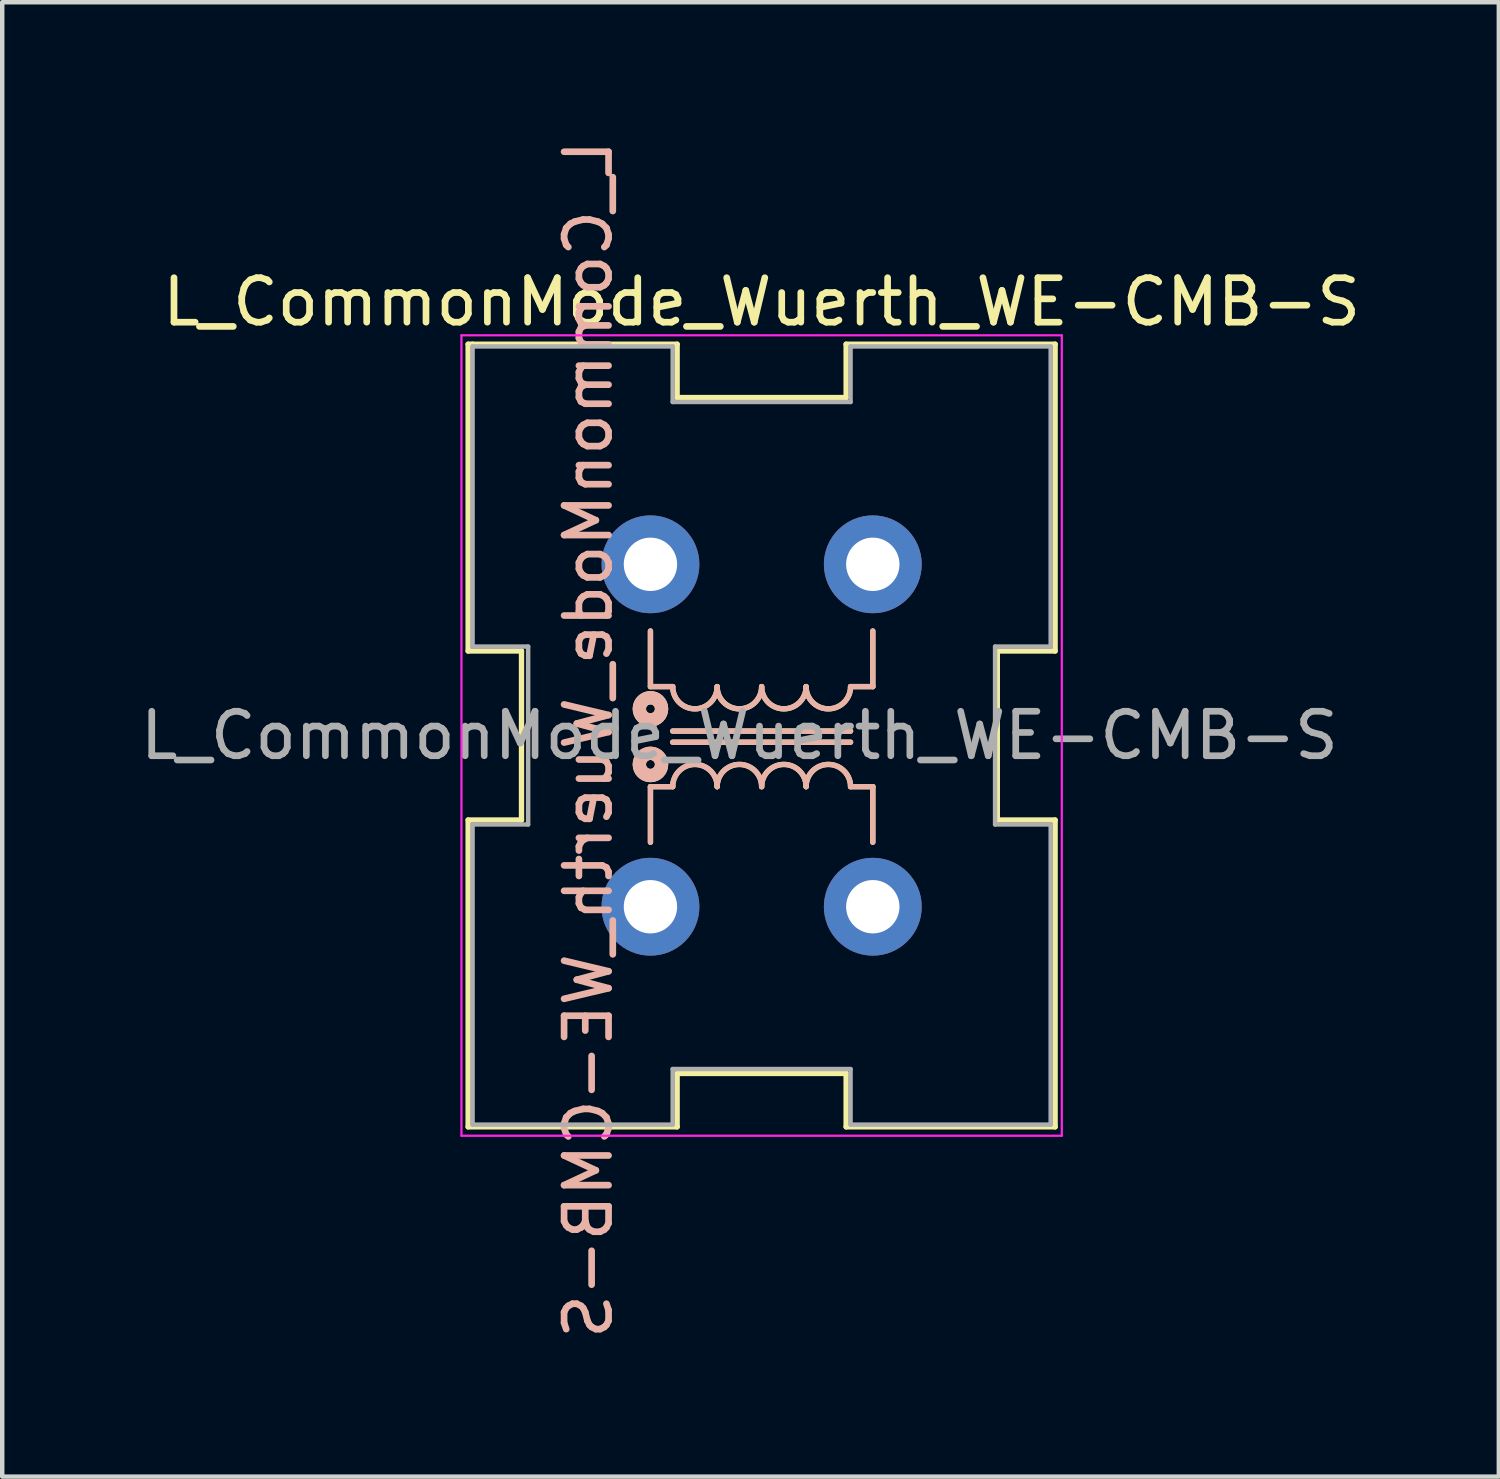
<source format=kicad_pcb>
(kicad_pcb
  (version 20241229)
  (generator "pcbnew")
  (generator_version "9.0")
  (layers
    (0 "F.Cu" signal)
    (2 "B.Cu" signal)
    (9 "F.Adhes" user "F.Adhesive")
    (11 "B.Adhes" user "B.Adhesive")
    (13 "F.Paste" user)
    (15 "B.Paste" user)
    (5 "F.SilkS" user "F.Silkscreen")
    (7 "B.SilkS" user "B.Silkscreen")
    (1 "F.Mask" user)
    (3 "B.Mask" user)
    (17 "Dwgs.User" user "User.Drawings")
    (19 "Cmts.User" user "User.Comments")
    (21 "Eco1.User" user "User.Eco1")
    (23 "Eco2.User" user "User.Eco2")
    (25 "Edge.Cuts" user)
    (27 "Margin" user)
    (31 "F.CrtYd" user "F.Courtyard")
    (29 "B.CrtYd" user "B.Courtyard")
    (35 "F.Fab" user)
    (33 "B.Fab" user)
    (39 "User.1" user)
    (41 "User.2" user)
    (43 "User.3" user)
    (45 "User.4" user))
  (footprint "L_CommonMode_Wuerth_WE-CMB-S"
    (layer "F.Cu")
    (at 11.577 9.64)
    (property "Reference" "L_CommonMode_Wuerth_WE-CMB-S" (at 2.5 -5.9 0) (layer "F.SilkS") (effects (font (size 1 1) (thickness 0.15))))
    (fp_line (start -4.1 -4.95) (end -4 -4.95) (stroke (width 0.12) (type solid)) (layer "F.SilkS"))
    (fp_line (start -4.1 1.95) (end -4.1 -4.95) (stroke (width 0.12) (type solid)) (layer "F.SilkS"))
    (fp_line (start -4.1 5.75) (end -2.9 5.75) (stroke (width 0.12) (type solid)) (layer "F.SilkS"))
    (fp_line (start -4.1 12.65) (end -4.1 5.75) (stroke (width 0.12) (type solid)) (layer "F.SilkS"))
    (fp_line (start -4 -4.95) (end 0.6 -4.95) (stroke (width 0.12) (type solid)) (layer "F.SilkS"))
    (fp_line (start -2.9 1.95) (end -4.1 1.95) (stroke (width 0.12) (type solid)) (layer "F.SilkS"))
    (fp_line (start -2.9 5.75) (end -2.9 1.95) (stroke (width 0.12) (type solid)) (layer "F.SilkS"))
    (fp_line (start 0 2.75) (end 0 1.5) (stroke (width 0.12) (type solid)) (layer "F.SilkS"))
    (fp_line (start 0 5) (end 0 6.25) (stroke (width 0.12) (type solid)) (layer "F.SilkS"))
    (fp_line (start 0.5 2.75) (end 0 2.75) (stroke (width 0.12) (type solid)) (layer "F.SilkS"))
    (fp_line (start 0.5 5) (end 0 5) (stroke (width 0.12) (type solid)) (layer "F.SilkS"))
    (fp_line (start 0.6 -4.95) (end 0.6 -3.75) (stroke (width 0.12) (type solid)) (layer "F.SilkS"))
    (fp_line (start 0.6 -3.75) (end 4.4 -3.75) (stroke (width 0.12) (type solid)) (layer "F.SilkS"))
    (fp_line (start 0.6 11.45) (end 0.6 12.65) (stroke (width 0.12) (type solid)) (layer "F.SilkS"))
    (fp_line (start 0.6 12.65) (end -4.1 12.65) (stroke (width 0.12) (type solid)) (layer "F.SilkS"))
    (fp_line (start 4.4 -4.95) (end 9.1 -4.95) (stroke (width 0.12) (type solid)) (layer "F.SilkS"))
    (fp_line (start 4.4 -3.75) (end 4.4 -4.95) (stroke (width 0.12) (type solid)) (layer "F.SilkS"))
    (fp_line (start 4.4 11.45) (end 0.6 11.45) (stroke (width 0.12) (type solid)) (layer "F.SilkS"))
    (fp_line (start 4.4 12.65) (end 4.4 11.45) (stroke (width 0.12) (type solid)) (layer "F.SilkS"))
    (fp_line (start 4.5 2.75) (end 5 2.75) (stroke (width 0.12) (type solid)) (layer "F.SilkS"))
    (fp_line (start 4.5 3.75) (end 0.5 3.75) (stroke (width 0.12) (type solid)) (layer "F.SilkS"))
    (fp_line (start 4.5 4) (end 0.5 4) (stroke (width 0.12) (type solid)) (layer "F.SilkS"))
    (fp_line (start 4.5 5) (end 5 5) (stroke (width 0.12) (type solid)) (layer "F.SilkS"))
    (fp_line (start 5 2.75) (end 5 1.5) (stroke (width 0.12) (type solid)) (layer "F.SilkS"))
    (fp_line (start 5 5) (end 5 6.25) (stroke (width 0.12) (type solid)) (layer "F.SilkS"))
    (fp_line (start 7.8 1.95) (end 7.8 5.75) (stroke (width 0.12) (type solid)) (layer "F.SilkS"))
    (fp_line (start 7.8 5.75) (end 9.1 5.75) (stroke (width 0.12) (type solid)) (layer "F.SilkS"))
    (fp_line (start 9.1 -4.95) (end 9.1 1.95) (stroke (width 0.12) (type solid)) (layer "F.SilkS"))
    (fp_line (start 9.1 1.95) (end 7.8 1.95) (stroke (width 0.12) (type solid)) (layer "F.SilkS"))
    (fp_line (start 9.1 5.75) (end 9.1 12.65) (stroke (width 0.12) (type solid)) (layer "F.SilkS"))
    (fp_line (start 9.1 12.65) (end 4.4 12.65) (stroke (width 0.12) (type solid)) (layer "F.SilkS"))
    (fp_arc (start 0.5 5) (mid 1 4.5) (end 1.5 5) (stroke (width 0.12) (type solid)) (layer "F.SilkS"))
    (fp_arc (start 1.5 2.75) (mid 1 3.25) (end 0.5 2.75) (stroke (width 0.12) (type solid)) (layer "F.SilkS"))
    (fp_arc (start 1.5 5) (mid 2 4.5) (end 2.5 5) (stroke (width 0.12) (type solid)) (layer "F.SilkS"))
    (fp_arc (start 2.5 2.75) (mid 2 3.25) (end 1.5 2.75) (stroke (width 0.12) (type solid)) (layer "F.SilkS"))
    (fp_arc (start 2.5 5) (mid 3 4.5) (end 3.5 5) (stroke (width 0.12) (type solid)) (layer "F.SilkS"))
    (fp_arc (start 3.5 2.75) (mid 3 3.25) (end 2.5 2.75) (stroke (width 0.12) (type solid)) (layer "F.SilkS"))
    (fp_arc (start 3.5 5) (mid 4 4.5) (end 4.5 5) (stroke (width 0.12) (type solid)) (layer "F.SilkS"))
    (fp_arc (start 4.5 2.75) (mid 4 3.25) (end 3.5 2.75) (stroke (width 0.12) (type solid)) (layer "F.SilkS"))
    (fp_circle (center 0 3.25) (end 0.1 3.25) (stroke (width 0.3) (type solid)) (fill no) (layer "F.SilkS"))
    (fp_circle (center 0 4.5) (end 0.1 4.5) (stroke (width 0.3) (type solid)) (fill no) (layer "F.SilkS"))
    (fp_line (start 0 2.75) (end 0 1.5) (stroke (width 0.12) (type solid)) (layer "B.SilkS"))
    (fp_line (start 0 5) (end 0 6.25) (stroke (width 0.12) (type solid)) (layer "B.SilkS"))
    (fp_line (start 0.5 2.75) (end 0 2.75) (stroke (width 0.12) (type solid)) (layer "B.SilkS"))
    (fp_line (start 0.5 5) (end 0 5) (stroke (width 0.12) (type solid)) (layer "B.SilkS"))
    (fp_line (start 4.5 2.75) (end 5 2.75) (stroke (width 0.12) (type solid)) (layer "B.SilkS"))
    (fp_line (start 4.5 3.75) (end 0.5 3.75) (stroke (width 0.12) (type solid)) (layer "B.SilkS"))
    (fp_line (start 4.5 4) (end 0.5 4) (stroke (width 0.12) (type solid)) (layer "B.SilkS"))
    (fp_line (start 4.5 5) (end 5 5) (stroke (width 0.12) (type solid)) (layer "B.SilkS"))
    (fp_line (start 5 2.75) (end 5 1.5) (stroke (width 0.12) (type solid)) (layer "B.SilkS"))
    (fp_line (start 5 5) (end 5 6.25) (stroke (width 0.12) (type solid)) (layer "B.SilkS"))
    (fp_arc (start 0.5 5) (mid 1 4.5) (end 1.5 5) (stroke (width 0.12) (type solid)) (layer "B.SilkS"))
    (fp_arc (start 1.5 2.75) (mid 1 3.25) (end 0.5 2.75) (stroke (width 0.12) (type solid)) (layer "B.SilkS"))
    (fp_arc (start 1.5 5) (mid 2 4.5) (end 2.5 5) (stroke (width 0.12) (type solid)) (layer "B.SilkS"))
    (fp_arc (start 2.5 2.75) (mid 2 3.25) (end 1.5 2.75) (stroke (width 0.12) (type solid)) (layer "B.SilkS"))
    (fp_arc (start 2.5 5) (mid 3 4.5) (end 3.5 5) (stroke (width 0.12) (type solid)) (layer "B.SilkS"))
    (fp_arc (start 3.5 2.75) (mid 3 3.25) (end 2.5 2.75) (stroke (width 0.12) (type solid)) (layer "B.SilkS"))
    (fp_arc (start 3.5 5) (mid 4 4.5) (end 4.5 5) (stroke (width 0.12) (type solid)) (layer "B.SilkS"))
    (fp_arc (start 4.5 2.75) (mid 4 3.25) (end 3.5 2.75) (stroke (width 0.12) (type solid)) (layer "B.SilkS"))
    (fp_circle (center 0 3.25) (end 0.1 3.25) (stroke (width 0.3) (type solid)) (fill no) (layer "B.SilkS"))
    (fp_circle (center 0 4.5) (end 0.1 4.5) (stroke (width 0.3) (type solid)) (fill no) (layer "B.SilkS"))
    (fp_line (start -4.25 -5.15) (end -4.25 12.85) (stroke (width 0.05) (type solid)) (layer "F.CrtYd"))
    (fp_line (start -4.25 12.85) (end 9.25 12.85) (stroke (width 0.05) (type solid)) (layer "F.CrtYd"))
    (fp_line (start 9.25 -5.15) (end -4.25 -5.15) (stroke (width 0.05) (type solid)) (layer "F.CrtYd"))
    (fp_line (start 9.25 12.85) (end 9.25 -5.15) (stroke (width 0.05) (type solid)) (layer "F.CrtYd"))
    (fp_line (start -4 -4.9) (end -4 1.85) (stroke (width 0.1) (type solid)) (layer "F.Fab"))
    (fp_line (start -4 1.85) (end -2.75 1.85) (stroke (width 0.1) (type solid)) (layer "F.Fab"))
    (fp_line (start -4 5.85) (end -4 12.6) (stroke (width 0.1) (type solid)) (layer "F.Fab"))
    (fp_line (start -4 12.6) (end 0.5 12.6) (stroke (width 0.1) (type solid)) (layer "F.Fab"))
    (fp_line (start -2.75 1.85) (end -2.75 5.85) (stroke (width 0.1) (type solid)) (layer "F.Fab"))
    (fp_line (start -2.75 5.85) (end -4 5.85) (stroke (width 0.1) (type solid)) (layer "F.Fab"))
    (fp_line (start 0.5 -4.9) (end -4 -4.9) (stroke (width 0.1) (type solid)) (layer "F.Fab"))
    (fp_line (start 0.5 -3.65) (end 0.5 -4.9) (stroke (width 0.1) (type solid)) (layer "F.Fab"))
    (fp_line (start 0.5 11.35) (end 4.5 11.35) (stroke (width 0.1) (type solid)) (layer "F.Fab"))
    (fp_line (start 0.5 12.6) (end 0.5 11.35) (stroke (width 0.1) (type solid)) (layer "F.Fab"))
    (fp_line (start 4.5 -4.9) (end 4.5 -3.65) (stroke (width 0.1) (type solid)) (layer "F.Fab"))
    (fp_line (start 4.5 -3.65) (end 0.5 -3.65) (stroke (width 0.1) (type solid)) (layer "F.Fab"))
    (fp_line (start 4.5 11.35) (end 4.5 12.6) (stroke (width 0.1) (type solid)) (layer "F.Fab"))
    (fp_line (start 4.5 12.6) (end 9 12.6) (stroke (width 0.1) (type solid)) (layer "F.Fab"))
    (fp_line (start 7.75 1.85) (end 9 1.85) (stroke (width 0.1) (type solid)) (layer "F.Fab"))
    (fp_line (start 7.75 5.85) (end 7.75 1.85) (stroke (width 0.1) (type solid)) (layer "F.Fab"))
    (fp_line (start 9 -4.9) (end 4.5 -4.9) (stroke (width 0.1) (type solid)) (layer "F.Fab"))
    (fp_line (start 9 1.85) (end 9 -4.9) (stroke (width 0.1) (type solid)) (layer "F.Fab"))
    (fp_line (start 9 5.85) (end 7.75 5.85) (stroke (width 0.1) (type solid)) (layer "F.Fab"))
    (fp_line (start 9 12.6) (end 9 5.85) (stroke (width 0.1) (type solid)) (layer "F.Fab"))
    (fp_text user "${REFERENCE}" (at -1.397 3.937 90) (layer "B.SilkS") (effects (font (size 1 1) (thickness 0.15)) (justify mirror)))
    (fp_text user "${REFERENCE}" (at 2 3.85 0) (layer "F.Fab") (effects (font (size 1 1) (thickness 0.15))))
    (pad "1" thru_hole circle (at 0 0) (size 2.2 2.2) (drill 1.2) (layers "*.Cu" "*.Mask"))
    (pad "2" thru_hole circle (at 5 0) (size 2.2 2.2) (drill 1.2) (layers "*.Cu" "*.Mask"))
    (pad "3" thru_hole circle (at 5 7.7) (size 2.2 2.2) (drill 1.2) (layers "*.Cu" "*.Mask"))
    (pad "4" thru_hole circle (at 0 7.7) (size 2.2 2.2) (drill 1.2) (layers "*.Cu" "*.Mask")))
  (gr_rect
    (start -3 -3)
    (end 30.655 30.155)
    (stroke (width 0.1) (type default))
    (fill no)
    (layer "Edge.Cuts")))
</source>
